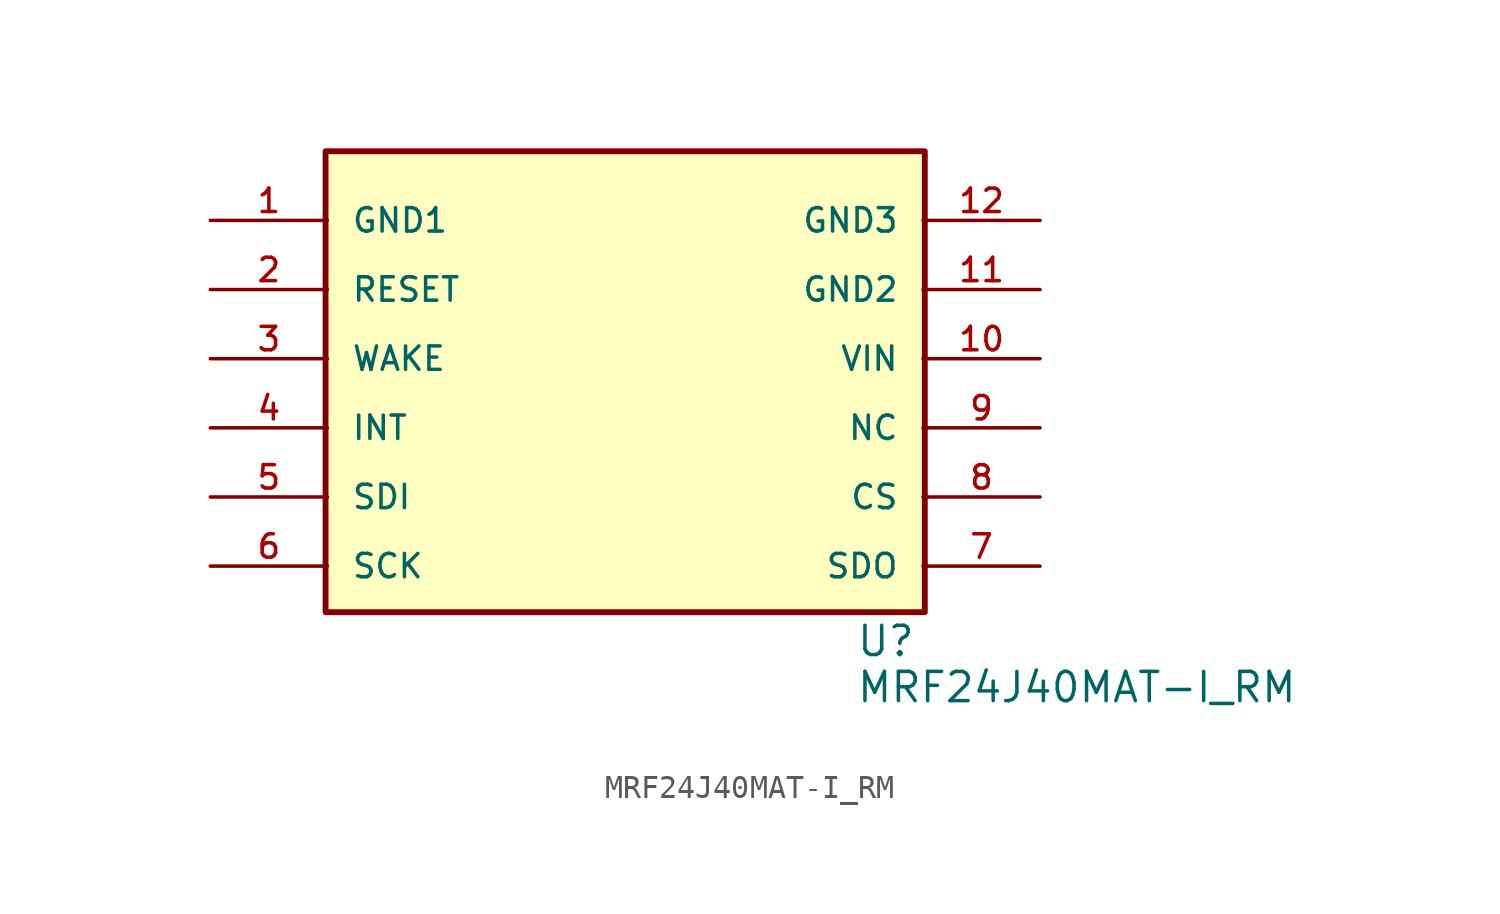
<source format=kicad_sym>
(kicad_symbol_lib
  (version 20211014)
  (generator kicad_symbol_editor)
  (symbol "MRF24J40MAT-I_RM"
    (pin_names
      (offset 1.016))
    (property "Reference" "U"
      (at 23.0 -2.0 0)
      (effects (font (size 1.27 1.27)) (justify bottom left)))
    (property "Value" "MRF24J40MAT-I_RM"
      (at 23.0 -4.0 0)
      (effects (font (size 1.27 1.27)) (justify bottom left)))
    (symbol "MRF24J40MAT-I_RM_0_0"
      (rectangle (start 0.0 0.0) (end 26.0 20.0) (stroke (width 0.254)) (fill (type background)))
      (pin bidirectional line (at -5.0 2.0 0) (length 5.08) (name "SCK" (effects (font (size 1.016 1.016)))) (number "6" (effects (font (size 1.016 1.016)))))
      (pin bidirectional line (at -5.0 5.0 0) (length 5.08) (name "SDI" (effects (font (size 1.016 1.016)))) (number "5" (effects (font (size 1.016 1.016)))))
      (pin bidirectional line (at -5.0 8.0 0) (length 5.08) (name "INT" (effects (font (size 1.016 1.016)))) (number "4" (effects (font (size 1.016 1.016)))))
      (pin bidirectional line (at -5.0 11.0 0) (length 5.08) (name "WAKE" (effects (font (size 1.016 1.016)))) (number "3" (effects (font (size 1.016 1.016)))))
      (pin bidirectional line (at -5.0 14.0 0) (length 5.08) (name "RESET" (effects (font (size 1.016 1.016)))) (number "2" (effects (font (size 1.016 1.016)))))
      (pin bidirectional line (at -5.0 17.0 0) (length 5.08) (name "GND1" (effects (font (size 1.016 1.016)))) (number "1" (effects (font (size 1.016 1.016)))))
      (pin bidirectional line (at 31.0 2.0 180.0) (length 5.08) (name "SDO" (effects (font (size 1.016 1.016)))) (number "7" (effects (font (size 1.016 1.016)))))
      (pin bidirectional line (at 31.0 5.0 180.0) (length 5.08) (name "CS" (effects (font (size 1.016 1.016)))) (number "8" (effects (font (size 1.016 1.016)))))
      (pin bidirectional line (at 31.0 8.0 180.0) (length 5.08) (name "NC" (effects (font (size 1.016 1.016)))) (number "9" (effects (font (size 1.016 1.016)))))
      (pin bidirectional line (at 31.0 11.0 180.0) (length 5.08) (name "VIN" (effects (font (size 1.016 1.016)))) (number "10" (effects (font (size 1.016 1.016)))))
      (pin bidirectional line (at 31.0 14.0 180.0) (length 5.08) (name "GND2" (effects (font (size 1.016 1.016)))) (number "11" (effects (font (size 1.016 1.016)))))
      (pin bidirectional line (at 31.0 17.0 180.0) (length 5.08) (name "GND3" (effects (font (size 1.016 1.016)))) (number "12" (effects (font (size 1.016 1.016))))))))
</source>
